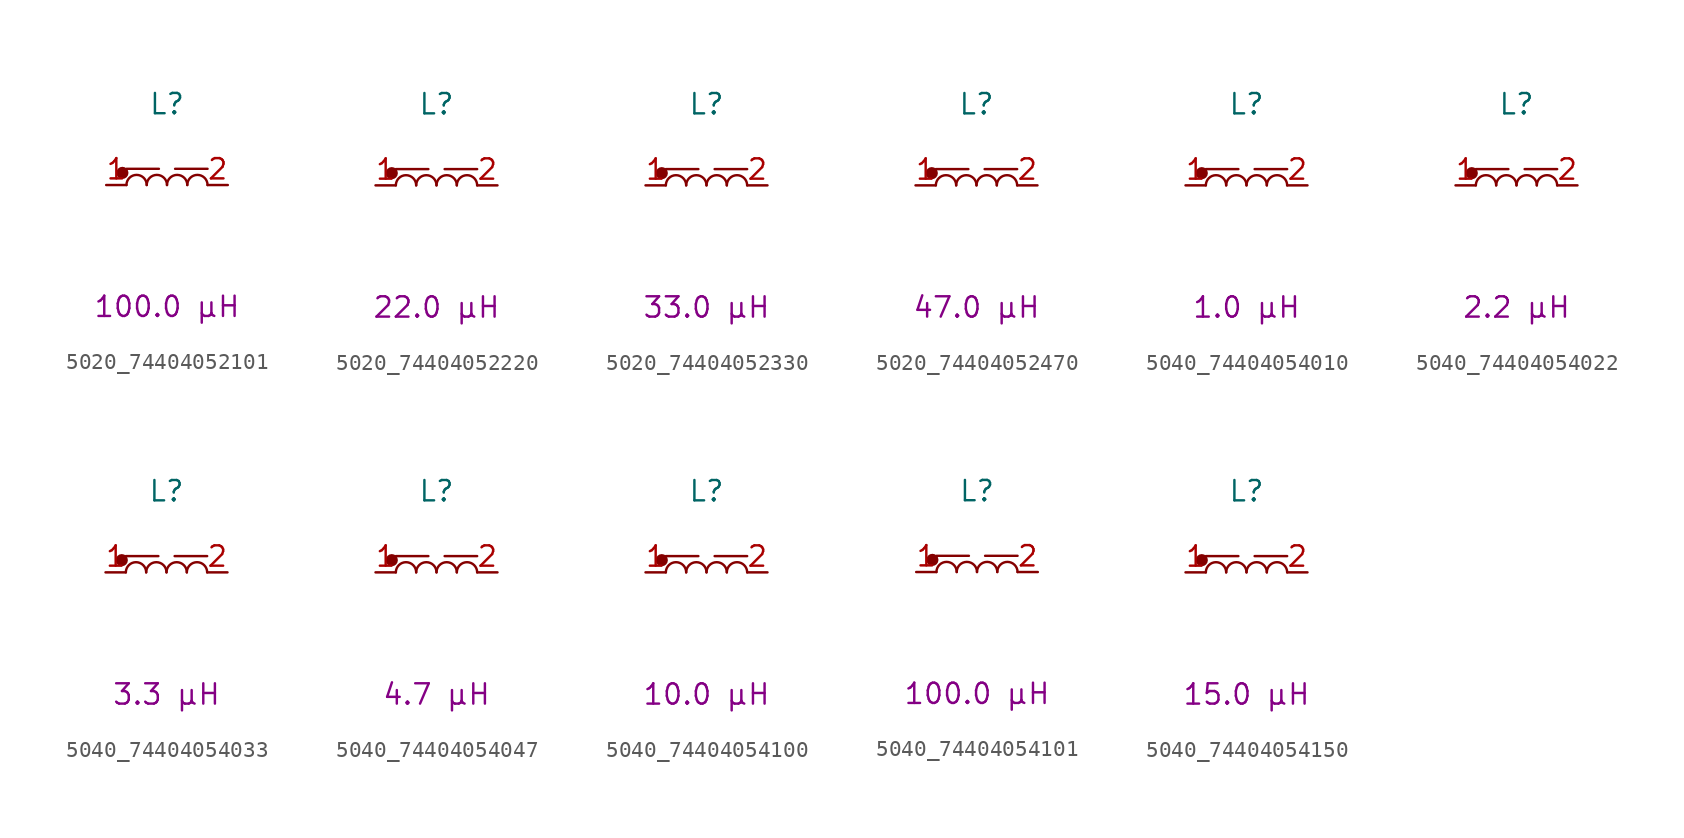
<source format=kicad_sym>
(kicad_symbol_lib
  (version 20220914)
  (generator kicad_symbol_editor)
  (symbol "5020_74404052101"
    (pin_names hide)
    (property "Reference" "L"
      (at 0 5.08 0)
      (effects (font (size 1.27 1.27))))
    (property "Critical Parameter" "100.0 µH"
      (at 0 -7.62 0)
      (effects (font (size 1.27 1.27))))
    (symbol "5020_74404052101_0_1"
      (arc (start -1.27 0) (mid -1.905 0.6323) (end -2.54 0) (stroke (width 0) (type default)) (fill (type none)))
      (arc (start 0 0) (mid -0.635 0.6323) (end -1.27 0) (stroke (width 0) (type default)) (fill (type none)))
      (polyline (pts (xy -2.54 1.016) (xy -0.508 1.016)) (stroke (width 0) (type default)) (fill (type none)))
      (arc (start 1.27 0) (mid 0.635 0.6323) (end 0 0) (stroke (width 0) (type default)) (fill (type none)))
      (arc (start 2.54 0) (mid 1.905 0.6323) (end 1.27 0) (stroke (width 0) (type default)) (fill (type none))))
    (symbol "5020_74404052101_1_1"
      (circle (center -2.794 0.762) (radius 0.0001) (stroke (width 0.381) (type default)) (fill (type none)))
      (polyline (pts (xy 2.54 1.016) (xy 0.508 1.016)) (stroke (width 0) (type default)) (fill (type none)))
      (pin passive line (at -3.81 0 0) (length 1.27) (name "1" (effects (font (size 1.27 1.27)))) (number "1" (effects (font (size 1.27 1.27)))))
      (pin passive line (at 3.81 0 180) (length 1.27) (name "2" (effects (font (size 1.27 1.27)))) (number "2" (effects (font (size 1.27 1.27)))))))
  (symbol "5020_74404052220"
    (pin_names hide)
    (property "Reference" "L"
      (at 0 5.08 0)
      (effects (font (size 1.27 1.27))))
    (property "Critical Parameter" "22.0 µH"
      (at 0 -7.62 0)
      (effects (font (size 1.27 1.27))))
    (symbol "5020_74404052220_0_1"
      (arc (start -1.27 0) (mid -1.905 0.6323) (end -2.54 0) (stroke (width 0) (type default)) (fill (type none)))
      (arc (start 0 0) (mid -0.635 0.6323) (end -1.27 0) (stroke (width 0) (type default)) (fill (type none)))
      (polyline (pts (xy -2.54 1.016) (xy -0.508 1.016)) (stroke (width 0) (type default)) (fill (type none)))
      (arc (start 1.27 0) (mid 0.635 0.6323) (end 0 0) (stroke (width 0) (type default)) (fill (type none)))
      (arc (start 2.54 0) (mid 1.905 0.6323) (end 1.27 0) (stroke (width 0) (type default)) (fill (type none))))
    (symbol "5020_74404052220_1_1"
      (circle (center -2.794 0.762) (radius 0.0001) (stroke (width 0.381) (type default)) (fill (type none)))
      (polyline (pts (xy 2.54 1.016) (xy 0.508 1.016)) (stroke (width 0) (type default)) (fill (type none)))
      (pin passive line (at -3.81 0 0) (length 1.27) (name "1" (effects (font (size 1.27 1.27)))) (number "1" (effects (font (size 1.27 1.27)))))
      (pin passive line (at 3.81 0 180) (length 1.27) (name "2" (effects (font (size 1.27 1.27)))) (number "2" (effects (font (size 1.27 1.27)))))))
  (symbol "5020_74404052330"
    (pin_names hide)
    (property "Reference" "L"
      (at 0 5.08 0)
      (effects (font (size 1.27 1.27))))
    (property "Critical Parameter" "33.0 µH"
      (at 0 -7.62 0)
      (effects (font (size 1.27 1.27))))
    (symbol "5020_74404052330_0_1"
      (arc (start -1.27 0) (mid -1.905 0.6323) (end -2.54 0) (stroke (width 0) (type default)) (fill (type none)))
      (arc (start 0 0) (mid -0.635 0.6323) (end -1.27 0) (stroke (width 0) (type default)) (fill (type none)))
      (polyline (pts (xy -2.54 1.016) (xy -0.508 1.016)) (stroke (width 0) (type default)) (fill (type none)))
      (arc (start 1.27 0) (mid 0.635 0.6323) (end 0 0) (stroke (width 0) (type default)) (fill (type none)))
      (arc (start 2.54 0) (mid 1.905 0.6323) (end 1.27 0) (stroke (width 0) (type default)) (fill (type none))))
    (symbol "5020_74404052330_1_1"
      (circle (center -2.794 0.762) (radius 0.0001) (stroke (width 0.381) (type default)) (fill (type none)))
      (polyline (pts (xy 2.54 1.016) (xy 0.508 1.016)) (stroke (width 0) (type default)) (fill (type none)))
      (pin passive line (at -3.81 0 0) (length 1.27) (name "1" (effects (font (size 1.27 1.27)))) (number "1" (effects (font (size 1.27 1.27)))))
      (pin passive line (at 3.81 0 180) (length 1.27) (name "2" (effects (font (size 1.27 1.27)))) (number "2" (effects (font (size 1.27 1.27)))))))
  (symbol "5020_74404052470"
    (pin_names hide)
    (property "Reference" "L"
      (at 0 5.08 0)
      (effects (font (size 1.27 1.27))))
    (property "Critical Parameter" "47.0 µH"
      (at 0 -7.62 0)
      (effects (font (size 1.27 1.27))))
    (symbol "5020_74404052470_0_1"
      (arc (start -1.27 0) (mid -1.905 0.6323) (end -2.54 0) (stroke (width 0) (type default)) (fill (type none)))
      (arc (start 0 0) (mid -0.635 0.6323) (end -1.27 0) (stroke (width 0) (type default)) (fill (type none)))
      (polyline (pts (xy -2.54 1.016) (xy -0.508 1.016)) (stroke (width 0) (type default)) (fill (type none)))
      (arc (start 1.27 0) (mid 0.635 0.6323) (end 0 0) (stroke (width 0) (type default)) (fill (type none)))
      (arc (start 2.54 0) (mid 1.905 0.6323) (end 1.27 0) (stroke (width 0) (type default)) (fill (type none))))
    (symbol "5020_74404052470_1_1"
      (circle (center -2.794 0.762) (radius 0.0001) (stroke (width 0.381) (type default)) (fill (type none)))
      (polyline (pts (xy 2.54 1.016) (xy 0.508 1.016)) (stroke (width 0) (type default)) (fill (type none)))
      (pin passive line (at -3.81 0 0) (length 1.27) (name "1" (effects (font (size 1.27 1.27)))) (number "1" (effects (font (size 1.27 1.27)))))
      (pin passive line (at 3.81 0 180) (length 1.27) (name "2" (effects (font (size 1.27 1.27)))) (number "2" (effects (font (size 1.27 1.27)))))))
  (symbol "5040_74404054010"
    (pin_names hide)
    (property "Reference" "L"
      (at 0 5.08 0)
      (effects (font (size 1.27 1.27))))
    (property "Critical Parameter" "1.0 µH"
      (at 0 -7.62 0)
      (effects (font (size 1.27 1.27))))
    (symbol "5040_74404054010_0_1"
      (arc (start -1.27 0) (mid -1.905 0.6323) (end -2.54 0) (stroke (width 0) (type default)) (fill (type none)))
      (arc (start 0 0) (mid -0.635 0.6323) (end -1.27 0) (stroke (width 0) (type default)) (fill (type none)))
      (polyline (pts (xy -2.54 1.016) (xy -0.508 1.016)) (stroke (width 0) (type default)) (fill (type none)))
      (arc (start 1.27 0) (mid 0.635 0.6323) (end 0 0) (stroke (width 0) (type default)) (fill (type none)))
      (arc (start 2.54 0) (mid 1.905 0.6323) (end 1.27 0) (stroke (width 0) (type default)) (fill (type none))))
    (symbol "5040_74404054010_1_1"
      (circle (center -2.794 0.762) (radius 0.0001) (stroke (width 0.381) (type default)) (fill (type none)))
      (polyline (pts (xy 2.54 1.016) (xy 0.508 1.016)) (stroke (width 0) (type default)) (fill (type none)))
      (pin passive line (at -3.81 0 0) (length 1.27) (name "1" (effects (font (size 1.27 1.27)))) (number "1" (effects (font (size 1.27 1.27)))))
      (pin passive line (at 3.81 0 180) (length 1.27) (name "2" (effects (font (size 1.27 1.27)))) (number "2" (effects (font (size 1.27 1.27)))))))
  (symbol "5040_74404054022"
    (pin_names hide)
    (property "Reference" "L"
      (at 0 5.08 0)
      (effects (font (size 1.27 1.27))))
    (property "Critical Parameter" "2.2 µH"
      (at 0 -7.62 0)
      (effects (font (size 1.27 1.27))))
    (symbol "5040_74404054022_0_1"
      (arc (start -1.27 0) (mid -1.905 0.6323) (end -2.54 0) (stroke (width 0) (type default)) (fill (type none)))
      (arc (start 0 0) (mid -0.635 0.6323) (end -1.27 0) (stroke (width 0) (type default)) (fill (type none)))
      (polyline (pts (xy -2.54 1.016) (xy -0.508 1.016)) (stroke (width 0) (type default)) (fill (type none)))
      (arc (start 1.27 0) (mid 0.635 0.6323) (end 0 0) (stroke (width 0) (type default)) (fill (type none)))
      (arc (start 2.54 0) (mid 1.905 0.6323) (end 1.27 0) (stroke (width 0) (type default)) (fill (type none))))
    (symbol "5040_74404054022_1_1"
      (circle (center -2.794 0.762) (radius 0.0001) (stroke (width 0.381) (type default)) (fill (type none)))
      (polyline (pts (xy 2.54 1.016) (xy 0.508 1.016)) (stroke (width 0) (type default)) (fill (type none)))
      (pin passive line (at -3.81 0 0) (length 1.27) (name "1" (effects (font (size 1.27 1.27)))) (number "1" (effects (font (size 1.27 1.27)))))
      (pin passive line (at 3.81 0 180) (length 1.27) (name "2" (effects (font (size 1.27 1.27)))) (number "2" (effects (font (size 1.27 1.27)))))))
  (symbol "5040_74404054033"
    (pin_names hide)
    (property "Reference" "L"
      (at 0 5.08 0)
      (effects (font (size 1.27 1.27))))
    (property "Critical Parameter" "3.3 µH"
      (at 0 -7.62 0)
      (effects (font (size 1.27 1.27))))
    (symbol "5040_74404054033_0_1"
      (arc (start -1.27 0) (mid -1.905 0.6323) (end -2.54 0) (stroke (width 0) (type default)) (fill (type none)))
      (arc (start 0 0) (mid -0.635 0.6323) (end -1.27 0) (stroke (width 0) (type default)) (fill (type none)))
      (polyline (pts (xy -2.54 1.016) (xy -0.508 1.016)) (stroke (width 0) (type default)) (fill (type none)))
      (arc (start 1.27 0) (mid 0.635 0.6323) (end 0 0) (stroke (width 0) (type default)) (fill (type none)))
      (arc (start 2.54 0) (mid 1.905 0.6323) (end 1.27 0) (stroke (width 0) (type default)) (fill (type none))))
    (symbol "5040_74404054033_1_1"
      (circle (center -2.794 0.762) (radius 0.0001) (stroke (width 0.381) (type default)) (fill (type none)))
      (polyline (pts (xy 2.54 1.016) (xy 0.508 1.016)) (stroke (width 0) (type default)) (fill (type none)))
      (pin passive line (at -3.81 0 0) (length 1.27) (name "1" (effects (font (size 1.27 1.27)))) (number "1" (effects (font (size 1.27 1.27)))))
      (pin passive line (at 3.81 0 180) (length 1.27) (name "2" (effects (font (size 1.27 1.27)))) (number "2" (effects (font (size 1.27 1.27)))))))
  (symbol "5040_74404054047"
    (pin_names hide)
    (property "Reference" "L"
      (at 0 5.08 0)
      (effects (font (size 1.27 1.27))))
    (property "Critical Parameter" "4.7 µH"
      (at 0 -7.62 0)
      (effects (font (size 1.27 1.27))))
    (symbol "5040_74404054047_0_1"
      (arc (start -1.27 0) (mid -1.905 0.6323) (end -2.54 0) (stroke (width 0) (type default)) (fill (type none)))
      (arc (start 0 0) (mid -0.635 0.6323) (end -1.27 0) (stroke (width 0) (type default)) (fill (type none)))
      (polyline (pts (xy -2.54 1.016) (xy -0.508 1.016)) (stroke (width 0) (type default)) (fill (type none)))
      (arc (start 1.27 0) (mid 0.635 0.6323) (end 0 0) (stroke (width 0) (type default)) (fill (type none)))
      (arc (start 2.54 0) (mid 1.905 0.6323) (end 1.27 0) (stroke (width 0) (type default)) (fill (type none))))
    (symbol "5040_74404054047_1_1"
      (circle (center -2.794 0.762) (radius 0.0001) (stroke (width 0.381) (type default)) (fill (type none)))
      (polyline (pts (xy 2.54 1.016) (xy 0.508 1.016)) (stroke (width 0) (type default)) (fill (type none)))
      (pin passive line (at -3.81 0 0) (length 1.27) (name "1" (effects (font (size 1.27 1.27)))) (number "1" (effects (font (size 1.27 1.27)))))
      (pin passive line (at 3.81 0 180) (length 1.27) (name "2" (effects (font (size 1.27 1.27)))) (number "2" (effects (font (size 1.27 1.27)))))))
  (symbol "5040_74404054100"
    (pin_names hide)
    (property "Reference" "L"
      (at 0 5.08 0)
      (effects (font (size 1.27 1.27))))
    (property "Critical Parameter" "10.0 µH"
      (at 0 -7.62 0)
      (effects (font (size 1.27 1.27))))
    (symbol "5040_74404054100_0_1"
      (arc (start -1.27 0) (mid -1.905 0.6323) (end -2.54 0) (stroke (width 0) (type default)) (fill (type none)))
      (arc (start 0 0) (mid -0.635 0.6323) (end -1.27 0) (stroke (width 0) (type default)) (fill (type none)))
      (polyline (pts (xy -2.54 1.016) (xy -0.508 1.016)) (stroke (width 0) (type default)) (fill (type none)))
      (arc (start 1.27 0) (mid 0.635 0.6323) (end 0 0) (stroke (width 0) (type default)) (fill (type none)))
      (arc (start 2.54 0) (mid 1.905 0.6323) (end 1.27 0) (stroke (width 0) (type default)) (fill (type none))))
    (symbol "5040_74404054100_1_1"
      (circle (center -2.794 0.762) (radius 0.0001) (stroke (width 0.381) (type default)) (fill (type none)))
      (polyline (pts (xy 2.54 1.016) (xy 0.508 1.016)) (stroke (width 0) (type default)) (fill (type none)))
      (pin passive line (at -3.81 0 0) (length 1.27) (name "1" (effects (font (size 1.27 1.27)))) (number "1" (effects (font (size 1.27 1.27)))))
      (pin passive line (at 3.81 0 180) (length 1.27) (name "2" (effects (font (size 1.27 1.27)))) (number "2" (effects (font (size 1.27 1.27)))))))
  (symbol "5040_74404054101"
    (pin_names hide)
    (property "Reference" "L"
      (at 0 5.08 0)
      (effects (font (size 1.27 1.27))))
    (property "Critical Parameter" "100.0 µH"
      (at 0 -7.62 0)
      (effects (font (size 1.27 1.27))))
    (symbol "5040_74404054101_0_1"
      (arc (start -1.27 0) (mid -1.905 0.6323) (end -2.54 0) (stroke (width 0) (type default)) (fill (type none)))
      (arc (start 0 0) (mid -0.635 0.6323) (end -1.27 0) (stroke (width 0) (type default)) (fill (type none)))
      (polyline (pts (xy -2.54 1.016) (xy -0.508 1.016)) (stroke (width 0) (type default)) (fill (type none)))
      (arc (start 1.27 0) (mid 0.635 0.6323) (end 0 0) (stroke (width 0) (type default)) (fill (type none)))
      (arc (start 2.54 0) (mid 1.905 0.6323) (end 1.27 0) (stroke (width 0) (type default)) (fill (type none))))
    (symbol "5040_74404054101_1_1"
      (circle (center -2.794 0.762) (radius 0.0001) (stroke (width 0.381) (type default)) (fill (type none)))
      (polyline (pts (xy 2.54 1.016) (xy 0.508 1.016)) (stroke (width 0) (type default)) (fill (type none)))
      (pin passive line (at -3.81 0 0) (length 1.27) (name "1" (effects (font (size 1.27 1.27)))) (number "1" (effects (font (size 1.27 1.27)))))
      (pin passive line (at 3.81 0 180) (length 1.27) (name "2" (effects (font (size 1.27 1.27)))) (number "2" (effects (font (size 1.27 1.27)))))))
  (symbol "5040_74404054150"
    (pin_names hide)
    (property "Reference" "L"
      (at 0 5.08 0)
      (effects (font (size 1.27 1.27))))
    (property "Critical Parameter" "15.0 µH"
      (at 0 -7.62 0)
      (effects (font (size 1.27 1.27))))
    (symbol "5040_74404054150_0_1"
      (arc (start -1.27 0) (mid -1.905 0.6323) (end -2.54 0) (stroke (width 0) (type default)) (fill (type none)))
      (arc (start 0 0) (mid -0.635 0.6323) (end -1.27 0) (stroke (width 0) (type default)) (fill (type none)))
      (polyline (pts (xy -2.54 1.016) (xy -0.508 1.016)) (stroke (width 0) (type default)) (fill (type none)))
      (arc (start 1.27 0) (mid 0.635 0.6323) (end 0 0) (stroke (width 0) (type default)) (fill (type none)))
      (arc (start 2.54 0) (mid 1.905 0.6323) (end 1.27 0) (stroke (width 0) (type default)) (fill (type none))))
    (symbol "5040_74404054150_1_1"
      (circle (center -2.794 0.762) (radius 0.0001) (stroke (width 0.381) (type default)) (fill (type none)))
      (polyline (pts (xy 2.54 1.016) (xy 0.508 1.016)) (stroke (width 0) (type default)) (fill (type none)))
      (pin passive line (at -3.81 0 0) (length 1.27) (name "1" (effects (font (size 1.27 1.27)))) (number "1" (effects (font (size 1.27 1.27)))))
      (pin passive line (at 3.81 0 180) (length 1.27) (name "2" (effects (font (size 1.27 1.27)))) (number "2" (effects (font (size 1.27 1.27))))))))
</source>
